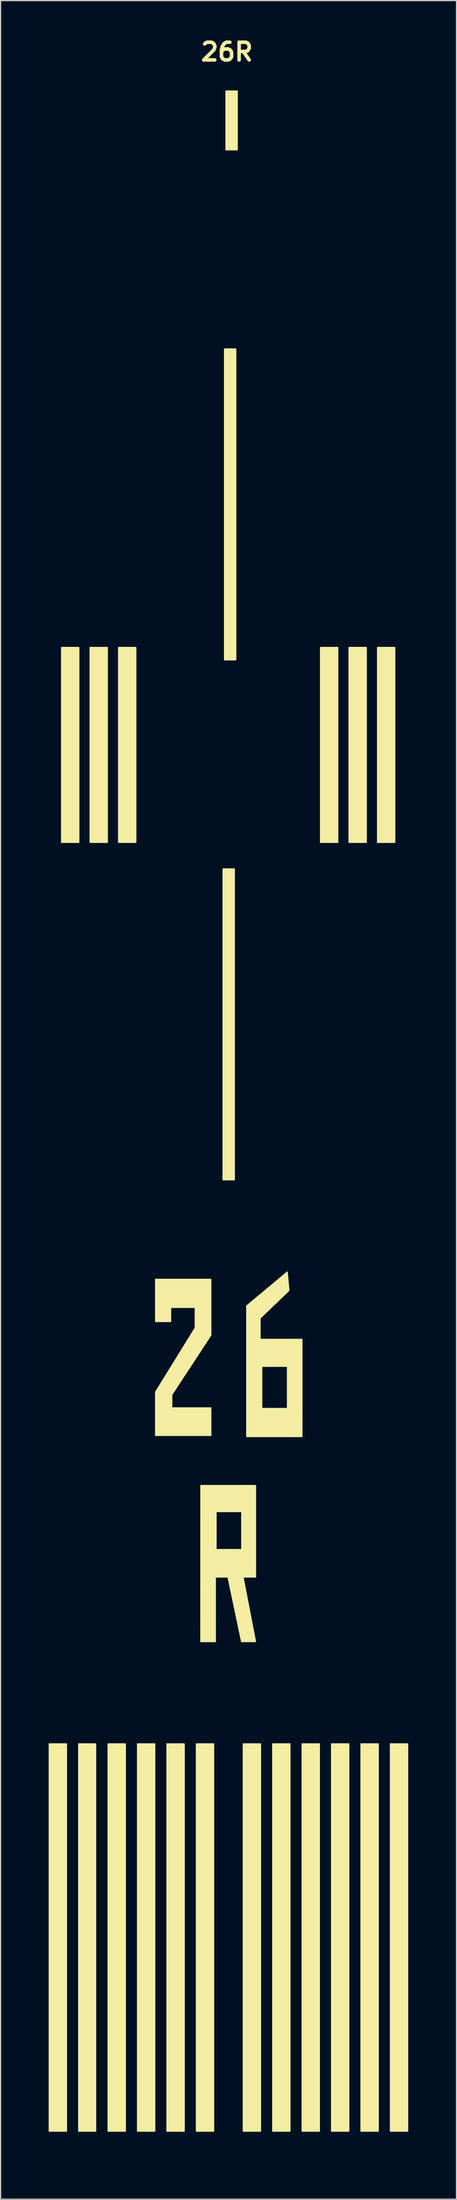
<source format=kicad_pcb>
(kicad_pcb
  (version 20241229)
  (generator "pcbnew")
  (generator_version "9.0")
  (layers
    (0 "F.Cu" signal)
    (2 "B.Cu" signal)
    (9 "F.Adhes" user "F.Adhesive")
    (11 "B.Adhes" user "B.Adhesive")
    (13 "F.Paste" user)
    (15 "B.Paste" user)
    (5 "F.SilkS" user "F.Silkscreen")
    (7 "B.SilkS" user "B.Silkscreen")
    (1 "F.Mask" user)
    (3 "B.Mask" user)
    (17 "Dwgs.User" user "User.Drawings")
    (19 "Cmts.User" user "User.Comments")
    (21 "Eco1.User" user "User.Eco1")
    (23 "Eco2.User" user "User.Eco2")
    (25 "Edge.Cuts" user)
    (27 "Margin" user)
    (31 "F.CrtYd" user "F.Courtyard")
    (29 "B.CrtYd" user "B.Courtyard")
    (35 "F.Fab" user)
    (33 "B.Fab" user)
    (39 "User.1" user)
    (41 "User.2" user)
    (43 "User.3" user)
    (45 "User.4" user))
  (footprint "26R"
    (layer "F.Cu")
    (at 16.538 93.886)
    (property "Reference" "26R" (at 0 -92.46 0) (layer "F.SilkS") (effects (font (size 1.524 1.524) (thickness 0.305))))
    (attr exclude_from_pos_files exclude_from_bom)
    (fp_poly (pts (xy -15.335 53.428) (xy -15.335 86.82) (xy -13.851 86.82) (xy -13.851 53.428) (xy -15.335 53.428)) (stroke (width 0.104) (type solid)) (fill yes) (layer "F.SilkS"))
    (fp_poly (pts (xy -14.255 -41.093) (xy -14.255 -24.32) (xy -12.802 -24.32) (xy -12.802 -41.093) (xy -14.255 -41.093)) (stroke (width 0.135) (type solid)) (fill yes) (layer "F.SilkS"))
    (fp_poly (pts (xy -12.795 53.427) (xy -12.795 86.82) (xy -11.333 86.82) (xy -11.333 53.427) (xy -12.795 53.427)) (stroke (width 0.103) (type solid)) (fill yes) (layer "F.SilkS"))
    (fp_poly (pts (xy -11.794 -41.093) (xy -11.794 -24.32) (xy -10.342 -24.32) (xy -10.342 -41.093) (xy -11.794 -41.093)) (stroke (width 0.135) (type solid)) (fill yes) (layer "F.SilkS"))
    (fp_poly (pts (xy -10.255 53.428) (xy -10.255 86.82) (xy -8.771 86.82) (xy -8.771 53.428) (xy -10.255 53.428)) (stroke (width 0.104) (type solid)) (fill yes) (layer "F.SilkS"))
    (fp_poly (pts (xy -9.334 -41.093) (xy -9.334 -24.32) (xy -7.881 -24.32) (xy -7.881 -41.093) (xy -9.334 -41.093)) (stroke (width 0.135) (type solid)) (fill yes) (layer "F.SilkS"))
    (fp_poly (pts (xy -7.715 53.428) (xy -7.715 86.82) (xy -6.231 86.82) (xy -6.231 53.428) (xy -7.715 53.428)) (stroke (width 0.104) (type solid)) (fill yes) (layer "F.SilkS"))
    (fp_poly (pts (xy -5.175 53.428) (xy -5.175 86.82) (xy -3.691 86.82) (xy -3.691 53.428) (xy -5.175 53.428)) (stroke (width 0.104) (type solid)) (fill yes) (layer "F.SilkS"))
    (fp_poly (pts (xy -2.635 53.428) (xy -2.635 86.82) (xy -1.151 86.82) (xy -1.151 53.428) (xy -2.635 53.428)) (stroke (width 0.104) (type solid)) (fill yes) (layer "F.SilkS"))
    (fp_poly (pts (xy -0.31 -21.992) (xy -0.31 4.766) (xy 0.612 4.766) (xy 0.612 -21.992) (xy -0.31 -21.992)) (stroke (width 0.15) (type solid)) (fill yes) (layer "F.SilkS"))
    (fp_poly (pts (xy -0.183 -66.823) (xy -0.183 -40.065) (xy 0.738 -40.065) (xy 0.738 -66.823) (xy -0.183 -66.823)) (stroke (width 0.15) (type solid)) (fill yes) (layer "F.SilkS"))
    (fp_poly (pts (xy -0.098 -89.105) (xy -0.098 -84.001) (xy 0.905 -84.001) (xy 0.905 -89.105) (xy -0.098 -89.105)) (stroke (width 0.068) (type solid)) (fill yes) (layer "F.SilkS"))
    (fp_poly (pts (xy 1.413 53.428) (xy 1.413 86.82) (xy 2.897 86.82) (xy 2.897 53.428) (xy 1.413 53.428)) (stroke (width 0.104) (type solid)) (fill yes) (layer "F.SilkS"))
    (fp_poly (pts (xy 3.953 53.428) (xy 3.953 86.82) (xy 5.437 86.82) (xy 5.437 53.428) (xy 3.953 53.428)) (stroke (width 0.104) (type solid)) (fill yes) (layer "F.SilkS"))
    (fp_poly (pts (xy 6.493 53.428) (xy 6.493 86.82) (xy 7.977 86.82) (xy 7.977 53.428) (xy 6.493 53.428)) (stroke (width 0.104) (type solid)) (fill yes) (layer "F.SilkS"))
    (fp_poly (pts (xy 8.096 -41.093) (xy 8.096 -24.32) (xy 9.549 -24.32) (xy 9.549 -41.093) (xy 8.096 -41.093)) (stroke (width 0.135) (type solid)) (fill yes) (layer "F.SilkS"))
    (fp_poly (pts (xy 9.033 53.428) (xy 9.033 86.82) (xy 10.517 86.82) (xy 10.517 53.428) (xy 9.033 53.428)) (stroke (width 0.104) (type solid)) (fill yes) (layer "F.SilkS"))
    (fp_poly (pts (xy 10.557 -41.093) (xy 10.557 -24.32) (xy 12.01 -24.32) (xy 12.01 -41.093) (xy 10.557 -41.093)) (stroke (width 0.135) (type solid)) (fill yes) (layer "F.SilkS"))
    (fp_poly (pts (xy 11.573 53.428) (xy 11.573 86.82) (xy 13.057 86.82) (xy 13.057 53.428) (xy 11.573 53.428)) (stroke (width 0.104) (type solid)) (fill yes) (layer "F.SilkS"))
    (fp_poly (pts (xy 13.018 -41.093) (xy 13.018 -24.32) (xy 14.47 -24.32) (xy 14.47 -41.093) (xy 13.018 -41.093)) (stroke (width 0.135) (type solid)) (fill yes) (layer "F.SilkS"))
    (fp_poly (pts (xy 14.113 53.428) (xy 14.113 86.82) (xy 15.597 86.82) (xy 15.597 53.428) (xy 14.113 53.428)) (stroke (width 0.104) (type solid)) (fill yes) (layer "F.SilkS"))
    (fp_poly (pts (xy -6.167 17.024) (xy -6.167 13.361) (xy -1.381 13.361) (xy -1.381 18.196) (xy -4.751 23.325) (xy -4.751 24.448) (xy -1.381 24.448) (xy -1.381 26.842) (xy -6.167 26.842) (xy -6.167 23.081) (xy -2.748 17.561) (xy -2.748 15.803) (xy -4.849 15.803) (xy -4.849 17.024) (xy -6.167 17.024)) (stroke (width 0.079) (type solid)) (fill yes) (layer "F.SilkS"))
    (fp_poly (pts (xy 5.213 12.726) (xy 1.697 15.656) (xy 1.697 26.94) (xy 5.213 26.94) (xy 5.213 24.497) (xy 3.015 24.497) (xy 3.015 20.883) (xy 5.213 20.883) (xy 5.213 24.497) (xy 5.213 26.94) (xy 6.483 26.94) (xy 6.483 18.538) (xy 2.869 18.538) (xy 2.869 16.731) (xy 5.36 14.338) (xy 5.213 12.726)) (stroke (width 0.079) (type solid)) (fill yes) (layer "F.SilkS"))
    (fp_poly (pts (xy -2.26 31.14) (xy -2.263 44.621) (xy -0.99 44.621) (xy -0.99 39.053) (xy -0.93 39.053) (xy -0.93 36.66) (xy -0.93 33.408) (xy 1.268 33.408) (xy 1.268 36.66) (xy -0.93 36.66) (xy -0.93 39.053) (xy 0.085 39.053) (xy 1.257 44.621) (xy 2.478 44.621) (xy 1.403 39.053) (xy 2.478 39.053) (xy 2.478 31.14) (xy -2.26 31.14)) (stroke (width 0.079) (type solid)) (fill yes) (layer "F.SilkS")))
  (gr_rect
    (start -3 -3)
    (end 36.353 186.576)
    (stroke (width 0.1) (type default))
    (fill no)
    (layer "Edge.Cuts")))
</source>
